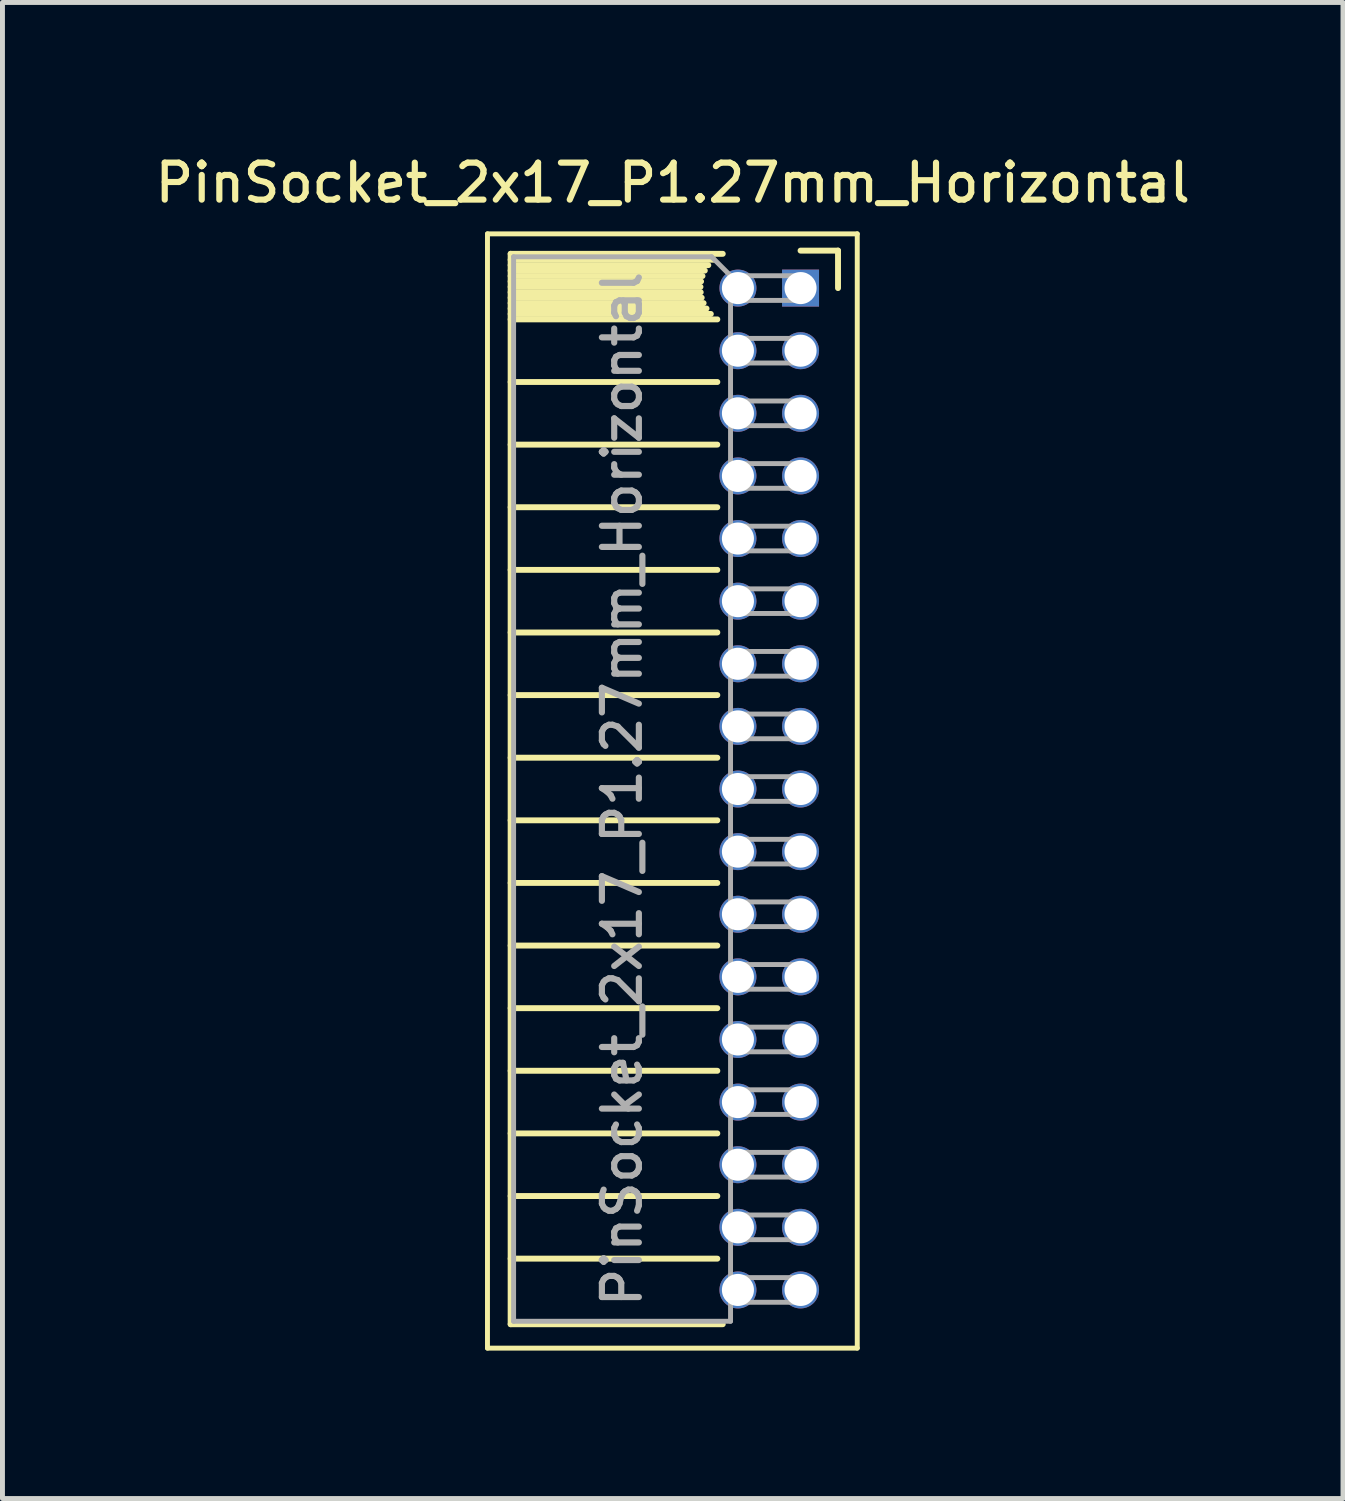
<source format=kicad_pcb>
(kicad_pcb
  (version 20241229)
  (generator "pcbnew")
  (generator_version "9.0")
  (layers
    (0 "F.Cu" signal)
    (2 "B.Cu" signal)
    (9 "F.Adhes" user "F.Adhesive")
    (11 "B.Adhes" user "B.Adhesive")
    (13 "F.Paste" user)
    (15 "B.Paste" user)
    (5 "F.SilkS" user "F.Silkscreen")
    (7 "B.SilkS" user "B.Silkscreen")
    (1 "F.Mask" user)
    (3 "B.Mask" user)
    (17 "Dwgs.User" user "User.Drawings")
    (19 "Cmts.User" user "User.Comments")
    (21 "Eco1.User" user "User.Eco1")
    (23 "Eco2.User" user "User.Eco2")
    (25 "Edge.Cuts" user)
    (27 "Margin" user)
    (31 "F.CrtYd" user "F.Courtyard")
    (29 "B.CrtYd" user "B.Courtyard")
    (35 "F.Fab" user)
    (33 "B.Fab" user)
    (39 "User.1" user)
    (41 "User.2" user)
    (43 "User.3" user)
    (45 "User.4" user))
  (footprint "PinSocket_2x17_P1.27mm_Horizontal"
    (layer "F.Cu")
    (at 13.187 2.793)
    (property "Reference" "PinSocket_2x17_P1.27mm_Horizontal" (at -2.592 -2.135 0) (layer "F.SilkS") (effects (font (size 0.75 0.75) (thickness 0.125))))
    (attr through_hole)
    (fp_line (start -6.35 -1.1) (end -6.35 21.5) (stroke (width 0.1) (type solid)) (layer "F.SilkS"))
    (fp_line (start -6.35 21.5) (end 1.15 21.5) (stroke (width 0.1) (type solid)) (layer "F.SilkS"))
    (fp_line (start -5.88 -0.695) (end -5.88 21.015) (stroke (width 0.12) (type solid)) (layer "F.SilkS"))
    (fp_line (start -5.88 -0.695) (end -1.578 -0.695) (stroke (width 0.12) (type solid)) (layer "F.SilkS"))
    (fp_line (start -5.88 -0.575) (end -1.767 -0.575) (stroke (width 0.12) (type solid)) (layer "F.SilkS"))
    (fp_line (start -5.88 -0.465) (end -1.871 -0.465) (stroke (width 0.12) (type solid)) (layer "F.SilkS"))
    (fp_line (start -5.88 -0.355) (end -1.942 -0.355) (stroke (width 0.12) (type solid)) (layer "F.SilkS"))
    (fp_line (start -5.88 -0.245) (end -1.989 -0.245) (stroke (width 0.12) (type solid)) (layer "F.SilkS"))
    (fp_line (start -5.88 -0.135) (end -2.018 -0.135) (stroke (width 0.12) (type solid)) (layer "F.SilkS"))
    (fp_line (start -5.88 -0.025) (end -2.03 -0.025) (stroke (width 0.12) (type solid)) (layer "F.SilkS"))
    (fp_line (start -5.88 0.085) (end -2.025 0.085) (stroke (width 0.12) (type solid)) (layer "F.SilkS"))
    (fp_line (start -5.88 0.195) (end -2.005 0.195) (stroke (width 0.12) (type solid)) (layer "F.SilkS"))
    (fp_line (start -5.88 0.305) (end -1.966 0.305) (stroke (width 0.12) (type solid)) (layer "F.SilkS"))
    (fp_line (start -5.88 0.415) (end -1.907 0.415) (stroke (width 0.12) (type solid)) (layer "F.SilkS"))
    (fp_line (start -5.88 0.525) (end -1.82 0.525) (stroke (width 0.12) (type solid)) (layer "F.SilkS"))
    (fp_line (start -5.88 0.635) (end -1.688 0.635) (stroke (width 0.12) (type solid)) (layer "F.SilkS"))
    (fp_line (start -5.88 1.905) (end -1.688 1.905) (stroke (width 0.12) (type solid)) (layer "F.SilkS"))
    (fp_line (start -5.88 3.175) (end -1.688 3.175) (stroke (width 0.12) (type solid)) (layer "F.SilkS"))
    (fp_line (start -5.88 4.445) (end -1.688 4.445) (stroke (width 0.12) (type solid)) (layer "F.SilkS"))
    (fp_line (start -5.88 5.715) (end -1.688 5.715) (stroke (width 0.12) (type solid)) (layer "F.SilkS"))
    (fp_line (start -5.88 6.985) (end -1.688 6.985) (stroke (width 0.12) (type solid)) (layer "F.SilkS"))
    (fp_line (start -5.88 8.255) (end -1.688 8.255) (stroke (width 0.12) (type solid)) (layer "F.SilkS"))
    (fp_line (start -5.88 9.525) (end -1.688 9.525) (stroke (width 0.12) (type solid)) (layer "F.SilkS"))
    (fp_line (start -5.88 10.795) (end -1.688 10.795) (stroke (width 0.12) (type solid)) (layer "F.SilkS"))
    (fp_line (start -5.88 12.065) (end -1.688 12.065) (stroke (width 0.12) (type solid)) (layer "F.SilkS"))
    (fp_line (start -5.88 13.335) (end -1.688 13.335) (stroke (width 0.12) (type solid)) (layer "F.SilkS"))
    (fp_line (start -5.88 14.605) (end -1.688 14.605) (stroke (width 0.12) (type solid)) (layer "F.SilkS"))
    (fp_line (start -5.88 15.875) (end -1.688 15.875) (stroke (width 0.12) (type solid)) (layer "F.SilkS"))
    (fp_line (start -5.88 17.145) (end -1.688 17.145) (stroke (width 0.12) (type solid)) (layer "F.SilkS"))
    (fp_line (start -5.88 18.415) (end -1.688 18.415) (stroke (width 0.12) (type solid)) (layer "F.SilkS"))
    (fp_line (start -5.88 19.685) (end -1.688 19.685) (stroke (width 0.12) (type solid)) (layer "F.SilkS"))
    (fp_line (start -5.88 21.015) (end -1.578 21.015) (stroke (width 0.12) (type solid)) (layer "F.SilkS"))
    (fp_line (start 0 -0.76) (end 0.76 -0.76) (stroke (width 0.12) (type solid)) (layer "F.SilkS"))
    (fp_line (start 0.76 -0.76) (end 0.76 0) (stroke (width 0.12) (type solid)) (layer "F.SilkS"))
    (fp_line (start 1.15 -1.1) (end -6.35 -1.1) (stroke (width 0.1) (type solid)) (layer "F.SilkS"))
    (fp_line (start 1.15 21.5) (end 1.15 -1.1) (stroke (width 0.1) (type solid)) (layer "F.SilkS"))
    (fp_line (start -5.82 -0.635) (end -1.805 -0.635) (stroke (width 0.1) (type solid)) (layer "F.Fab"))
    (fp_line (start -5.82 20.955) (end -5.82 -0.635) (stroke (width 0.1) (type solid)) (layer "F.Fab"))
    (fp_line (start -1.805 -0.635) (end -1.42 -0.25) (stroke (width 0.1) (type solid)) (layer "F.Fab"))
    (fp_line (start -1.42 -0.25) (end -1.42 20.955) (stroke (width 0.1) (type solid)) (layer "F.Fab"))
    (fp_line (start -1.42 0.25) (end 0 0.25) (stroke (width 0.1) (type solid)) (layer "F.Fab"))
    (fp_line (start -1.42 1.52) (end 0 1.52) (stroke (width 0.1) (type solid)) (layer "F.Fab"))
    (fp_line (start -1.42 2.79) (end 0 2.79) (stroke (width 0.1) (type solid)) (layer "F.Fab"))
    (fp_line (start -1.42 4.06) (end 0 4.06) (stroke (width 0.1) (type solid)) (layer "F.Fab"))
    (fp_line (start -1.42 5.33) (end 0 5.33) (stroke (width 0.1) (type solid)) (layer "F.Fab"))
    (fp_line (start -1.42 6.6) (end 0 6.6) (stroke (width 0.1) (type solid)) (layer "F.Fab"))
    (fp_line (start -1.42 7.87) (end 0 7.87) (stroke (width 0.1) (type solid)) (layer "F.Fab"))
    (fp_line (start -1.42 9.14) (end 0 9.14) (stroke (width 0.1) (type solid)) (layer "F.Fab"))
    (fp_line (start -1.42 10.41) (end 0 10.41) (stroke (width 0.1) (type solid)) (layer "F.Fab"))
    (fp_line (start -1.42 11.68) (end 0 11.68) (stroke (width 0.1) (type solid)) (layer "F.Fab"))
    (fp_line (start -1.42 12.95) (end 0 12.95) (stroke (width 0.1) (type solid)) (layer "F.Fab"))
    (fp_line (start -1.42 14.22) (end 0 14.22) (stroke (width 0.1) (type solid)) (layer "F.Fab"))
    (fp_line (start -1.42 15.49) (end 0 15.49) (stroke (width 0.1) (type solid)) (layer "F.Fab"))
    (fp_line (start -1.42 16.76) (end 0 16.76) (stroke (width 0.1) (type solid)) (layer "F.Fab"))
    (fp_line (start -1.42 18.03) (end 0 18.03) (stroke (width 0.1) (type solid)) (layer "F.Fab"))
    (fp_line (start -1.42 19.3) (end 0 19.3) (stroke (width 0.1) (type solid)) (layer "F.Fab"))
    (fp_line (start -1.42 20.57) (end 0 20.57) (stroke (width 0.1) (type solid)) (layer "F.Fab"))
    (fp_line (start -1.42 20.955) (end -5.82 20.955) (stroke (width 0.1) (type solid)) (layer "F.Fab"))
    (fp_line (start 0 -0.25) (end -1.42 -0.25) (stroke (width 0.1) (type solid)) (layer "F.Fab"))
    (fp_line (start 0 0.25) (end 0 -0.25) (stroke (width 0.1) (type solid)) (layer "F.Fab"))
    (fp_line (start 0 1.02) (end -1.42 1.02) (stroke (width 0.1) (type solid)) (layer "F.Fab"))
    (fp_line (start 0 1.52) (end 0 1.02) (stroke (width 0.1) (type solid)) (layer "F.Fab"))
    (fp_line (start 0 2.29) (end -1.42 2.29) (stroke (width 0.1) (type solid)) (layer "F.Fab"))
    (fp_line (start 0 2.79) (end 0 2.29) (stroke (width 0.1) (type solid)) (layer "F.Fab"))
    (fp_line (start 0 3.56) (end -1.42 3.56) (stroke (width 0.1) (type solid)) (layer "F.Fab"))
    (fp_line (start 0 4.06) (end 0 3.56) (stroke (width 0.1) (type solid)) (layer "F.Fab"))
    (fp_line (start 0 4.83) (end -1.42 4.83) (stroke (width 0.1) (type solid)) (layer "F.Fab"))
    (fp_line (start 0 5.33) (end 0 4.83) (stroke (width 0.1) (type solid)) (layer "F.Fab"))
    (fp_line (start 0 6.1) (end -1.42 6.1) (stroke (width 0.1) (type solid)) (layer "F.Fab"))
    (fp_line (start 0 6.6) (end 0 6.1) (stroke (width 0.1) (type solid)) (layer "F.Fab"))
    (fp_line (start 0 7.37) (end -1.42 7.37) (stroke (width 0.1) (type solid)) (layer "F.Fab"))
    (fp_line (start 0 7.87) (end 0 7.37) (stroke (width 0.1) (type solid)) (layer "F.Fab"))
    (fp_line (start 0 8.64) (end -1.42 8.64) (stroke (width 0.1) (type solid)) (layer "F.Fab"))
    (fp_line (start 0 9.14) (end 0 8.64) (stroke (width 0.1) (type solid)) (layer "F.Fab"))
    (fp_line (start 0 9.91) (end -1.42 9.91) (stroke (width 0.1) (type solid)) (layer "F.Fab"))
    (fp_line (start 0 10.41) (end 0 9.91) (stroke (width 0.1) (type solid)) (layer "F.Fab"))
    (fp_line (start 0 11.18) (end -1.42 11.18) (stroke (width 0.1) (type solid)) (layer "F.Fab"))
    (fp_line (start 0 11.68) (end 0 11.18) (stroke (width 0.1) (type solid)) (layer "F.Fab"))
    (fp_line (start 0 12.45) (end -1.42 12.45) (stroke (width 0.1) (type solid)) (layer "F.Fab"))
    (fp_line (start 0 12.95) (end 0 12.45) (stroke (width 0.1) (type solid)) (layer "F.Fab"))
    (fp_line (start 0 13.72) (end -1.42 13.72) (stroke (width 0.1) (type solid)) (layer "F.Fab"))
    (fp_line (start 0 14.22) (end 0 13.72) (stroke (width 0.1) (type solid)) (layer "F.Fab"))
    (fp_line (start 0 14.99) (end -1.42 14.99) (stroke (width 0.1) (type solid)) (layer "F.Fab"))
    (fp_line (start 0 15.49) (end 0 14.99) (stroke (width 0.1) (type solid)) (layer "F.Fab"))
    (fp_line (start 0 16.26) (end -1.42 16.26) (stroke (width 0.1) (type solid)) (layer "F.Fab"))
    (fp_line (start 0 16.76) (end 0 16.26) (stroke (width 0.1) (type solid)) (layer "F.Fab"))
    (fp_line (start 0 17.53) (end -1.42 17.53) (stroke (width 0.1) (type solid)) (layer "F.Fab"))
    (fp_line (start 0 18.03) (end 0 17.53) (stroke (width 0.1) (type solid)) (layer "F.Fab"))
    (fp_line (start 0 18.8) (end -1.42 18.8) (stroke (width 0.1) (type solid)) (layer "F.Fab"))
    (fp_line (start 0 19.3) (end 0 18.8) (stroke (width 0.1) (type solid)) (layer "F.Fab"))
    (fp_line (start 0 20.07) (end -1.42 20.07) (stroke (width 0.1) (type solid)) (layer "F.Fab"))
    (fp_line (start 0 20.57) (end 0 20.07) (stroke (width 0.1) (type solid)) (layer "F.Fab"))
    (fp_text user "${REFERENCE}" (at -3.62 10.16 90) (layer "F.Fab") (effects (font (size 0.75 0.75) (thickness 0.125))))
    (pad "1" thru_hole rect (at 0 0) (size 0.75 0.75) (drill 0.65) (layers "*.Cu" "*.Mask"))
    (pad "2" thru_hole oval (at -1.27 0) (size 0.75 0.75) (drill 0.65) (layers "*.Cu" "*.Mask"))
    (pad "3" thru_hole oval (at 0 1.27) (size 0.75 0.75) (drill 0.65) (layers "*.Cu" "*.Mask"))
    (pad "4" thru_hole oval (at -1.27 1.27) (size 0.75 0.75) (drill 0.65) (layers "*.Cu" "*.Mask"))
    (pad "5" thru_hole oval (at 0 2.54) (size 0.75 0.75) (drill 0.65) (layers "*.Cu" "*.Mask"))
    (pad "6" thru_hole oval (at -1.27 2.54) (size 0.75 0.75) (drill 0.65) (layers "*.Cu" "*.Mask"))
    (pad "7" thru_hole oval (at 0 3.81) (size 0.75 0.75) (drill 0.65) (layers "*.Cu" "*.Mask"))
    (pad "8" thru_hole oval (at -1.27 3.81) (size 0.75 0.75) (drill 0.65) (layers "*.Cu" "*.Mask"))
    (pad "9" thru_hole oval (at 0 5.08) (size 0.75 0.75) (drill 0.65) (layers "*.Cu" "*.Mask"))
    (pad "10" thru_hole oval (at -1.27 5.08) (size 0.75 0.75) (drill 0.65) (layers "*.Cu" "*.Mask"))
    (pad "11" thru_hole oval (at 0 6.35) (size 0.75 0.75) (drill 0.65) (layers "*.Cu" "*.Mask"))
    (pad "12" thru_hole oval (at -1.27 6.35) (size 0.75 0.75) (drill 0.65) (layers "*.Cu" "*.Mask"))
    (pad "13" thru_hole oval (at 0 7.62) (size 0.75 0.75) (drill 0.65) (layers "*.Cu" "*.Mask"))
    (pad "14" thru_hole oval (at -1.27 7.62) (size 0.75 0.75) (drill 0.65) (layers "*.Cu" "*.Mask"))
    (pad "15" thru_hole oval (at 0 8.89) (size 0.75 0.75) (drill 0.65) (layers "*.Cu" "*.Mask"))
    (pad "16" thru_hole oval (at -1.27 8.89) (size 0.75 0.75) (drill 0.65) (layers "*.Cu" "*.Mask"))
    (pad "17" thru_hole oval (at 0 10.16) (size 0.75 0.75) (drill 0.65) (layers "*.Cu" "*.Mask"))
    (pad "18" thru_hole oval (at -1.27 10.16) (size 0.75 0.75) (drill 0.65) (layers "*.Cu" "*.Mask"))
    (pad "19" thru_hole oval (at 0 11.43) (size 0.75 0.75) (drill 0.65) (layers "*.Cu" "*.Mask"))
    (pad "20" thru_hole oval (at -1.27 11.43) (size 0.75 0.75) (drill 0.65) (layers "*.Cu" "*.Mask"))
    (pad "21" thru_hole oval (at 0 12.7) (size 0.75 0.75) (drill 0.65) (layers "*.Cu" "*.Mask"))
    (pad "22" thru_hole oval (at -1.27 12.7) (size 0.75 0.75) (drill 0.65) (layers "*.Cu" "*.Mask"))
    (pad "23" thru_hole oval (at 0 13.97) (size 0.75 0.75) (drill 0.65) (layers "*.Cu" "*.Mask"))
    (pad "24" thru_hole oval (at -1.27 13.97) (size 0.75 0.75) (drill 0.65) (layers "*.Cu" "*.Mask"))
    (pad "25" thru_hole oval (at 0 15.24) (size 0.75 0.75) (drill 0.65) (layers "*.Cu" "*.Mask"))
    (pad "26" thru_hole oval (at -1.27 15.24) (size 0.75 0.75) (drill 0.65) (layers "*.Cu" "*.Mask"))
    (pad "27" thru_hole oval (at 0 16.51) (size 0.75 0.75) (drill 0.65) (layers "*.Cu" "*.Mask"))
    (pad "28" thru_hole oval (at -1.27 16.51) (size 0.75 0.75) (drill 0.65) (layers "*.Cu" "*.Mask"))
    (pad "29" thru_hole oval (at 0 17.78) (size 0.75 0.75) (drill 0.65) (layers "*.Cu" "*.Mask"))
    (pad "30" thru_hole oval (at -1.27 17.78) (size 0.75 0.75) (drill 0.65) (layers "*.Cu" "*.Mask"))
    (pad "31" thru_hole oval (at 0 19.05) (size 0.75 0.75) (drill 0.65) (layers "*.Cu" "*.Mask"))
    (pad "32" thru_hole oval (at -1.27 19.05) (size 0.75 0.75) (drill 0.65) (layers "*.Cu" "*.Mask"))
    (pad "33" thru_hole oval (at 0 20.32) (size 0.75 0.75) (drill 0.65) (layers "*.Cu" "*.Mask"))
    (pad "34" thru_hole oval (at -1.27 20.32) (size 0.75 0.75) (drill 0.65) (layers "*.Cu" "*.Mask")))
  (gr_rect
    (start -3 -3)
    (end 24.189 27.343)
    (stroke (width 0.1) (type default))
    (fill no)
    (layer "Edge.Cuts")))
</source>
